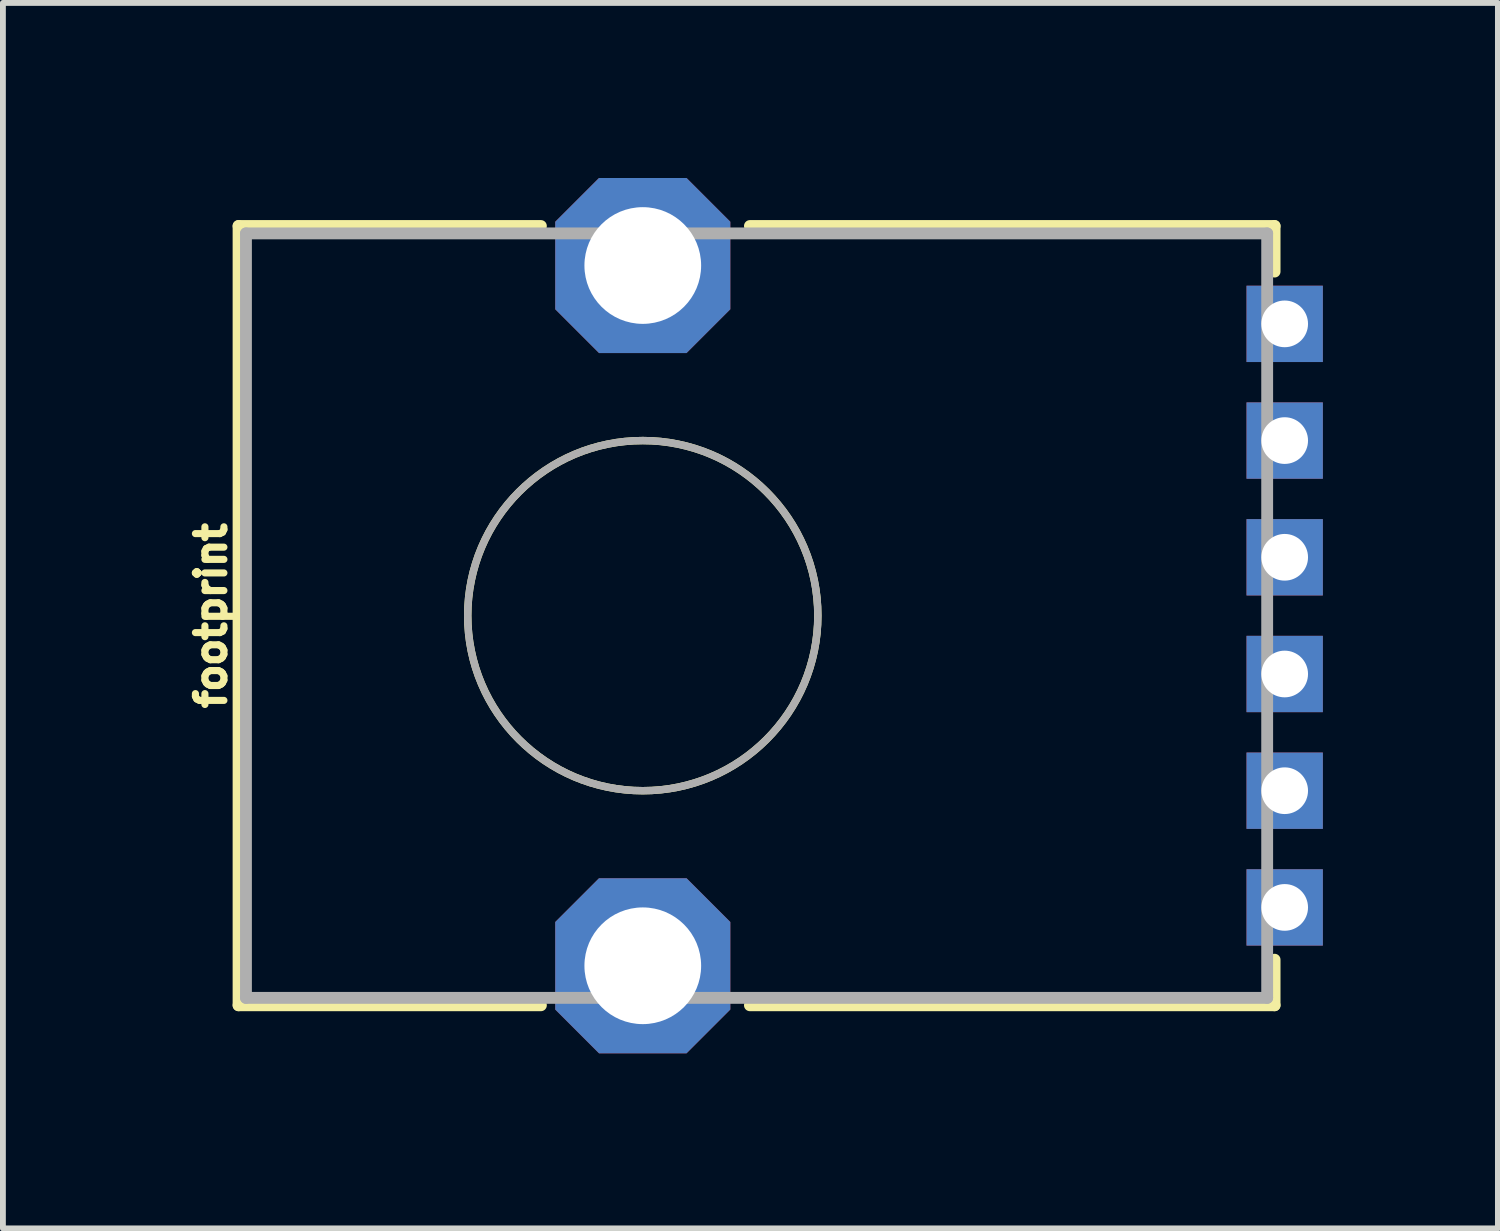
<source format=kicad_pcb>
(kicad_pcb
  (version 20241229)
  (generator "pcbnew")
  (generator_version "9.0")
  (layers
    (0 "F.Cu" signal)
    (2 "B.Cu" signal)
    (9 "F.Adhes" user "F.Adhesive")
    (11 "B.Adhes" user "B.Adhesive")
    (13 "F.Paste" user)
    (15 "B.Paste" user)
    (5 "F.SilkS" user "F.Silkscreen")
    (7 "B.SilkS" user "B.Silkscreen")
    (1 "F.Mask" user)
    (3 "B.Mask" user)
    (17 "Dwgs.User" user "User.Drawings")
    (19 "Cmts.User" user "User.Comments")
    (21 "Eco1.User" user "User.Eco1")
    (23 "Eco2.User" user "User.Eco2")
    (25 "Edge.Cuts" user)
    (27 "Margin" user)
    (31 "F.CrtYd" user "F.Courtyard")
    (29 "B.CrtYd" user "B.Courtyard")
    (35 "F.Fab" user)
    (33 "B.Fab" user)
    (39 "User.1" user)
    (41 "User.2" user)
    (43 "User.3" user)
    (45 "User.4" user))
  (footprint "footprint"
    (layer "F.Cu")
    (at 7.965 7.5)
    (property "Reference" "footprint" (at -7.112 0 90) (layer "F.SilkS") (effects (font (size 0.488 0.488) (thickness 0.122)) (justify bottom)))
    (fp_line (start -6.927 6.677) (end -6.927 -6.677) (stroke (width 0.203) (type solid)) (layer "F.SilkS"))
    (fp_line (start -1.746 -6.677) (end -6.927 -6.677) (stroke (width 0.203) (type solid)) (layer "F.SilkS"))
    (fp_line (start -1.746 6.677) (end -6.927 6.677) (stroke (width 0.203) (type solid)) (layer "F.SilkS"))
    (fp_line (start 10.827 -6.677) (end 1.836 -6.677) (stroke (width 0.203) (type solid)) (layer "F.SilkS"))
    (fp_line (start 10.827 -6.677) (end 10.827 -5.896) (stroke (width 0.203) (type solid)) (layer "F.SilkS"))
    (fp_line (start 10.827 5.896) (end 10.827 6.677) (stroke (width 0.203) (type solid)) (layer "F.SilkS"))
    (fp_line (start 10.827 6.677) (end 1.836 6.677) (stroke (width 0.203) (type solid)) (layer "F.SilkS"))
    (fp_circle (center 0 0) (end 3 0) (stroke (width 0.127) (type solid)) (fill no) (layer "F.SilkS"))
    (fp_line (start -6.8 -6.55) (end 10.7 -6.55) (stroke (width 0.203) (type solid)) (layer "F.Fab"))
    (fp_line (start -6.8 6.55) (end -6.8 -6.55) (stroke (width 0.203) (type solid)) (layer "F.Fab"))
    (fp_line (start 10.7 -6.55) (end 10.7 6.55) (stroke (width 0.203) (type solid)) (layer "F.Fab"))
    (fp_line (start 10.7 6.55) (end -6.8 6.55) (stroke (width 0.203) (type solid)) (layer "F.Fab"))
    (fp_circle (center 0 0) (end 3 0) (stroke (width 0.127) (type solid)) (fill no) (layer "F.Fab"))
    (pad "A1" thru_hole rect (at 11 3) (size 1.308 1.308) (drill 0.8) (layers "*.Cu" "*.Mask"))
    (pad "A2" thru_hole rect (at 11 5) (size 1.308 1.308) (drill 0.8) (layers "*.Cu" "*.Mask"))
    (pad "A3" thru_hole rect (at 11 -5) (size 1.308 1.308) (drill 0.8) (layers "*.Cu" "*.Mask"))
    (pad "B1" thru_hole rect (at 11 1) (size 1.308 1.308) (drill 0.8) (layers "*.Cu" "*.Mask"))
    (pad "B2" thru_hole rect (at 11 -1) (size 1.308 1.308) (drill 0.8) (layers "*.Cu" "*.Mask"))
    (pad "B3" thru_hole rect (at 11 -3) (size 1.308 1.308) (drill 0.8) (layers "*.Cu" "*.Mask"))
    (pad "P$4" thru_hole roundrect (at 0 6) (size 3 3) (drill 2) (layers "*.Cu" "*.Mask") (roundrect_rratio 0.25) (chamfer_ratio 0.25) (chamfer top_left top_right bottom_left bottom_right))
    (pad "P$5" thru_hole roundrect (at 0 -6) (size 3 3) (drill 2) (layers "*.Cu" "*.Mask") (roundrect_rratio 0.25) (chamfer_ratio 0.25) (chamfer top_left top_right bottom_left bottom_right)))
  (gr_rect
    (start -3 -3)
    (end 22.619 18)
    (stroke (width 0.1) (type default))
    (fill no)
    (layer "Edge.Cuts")))
</source>
